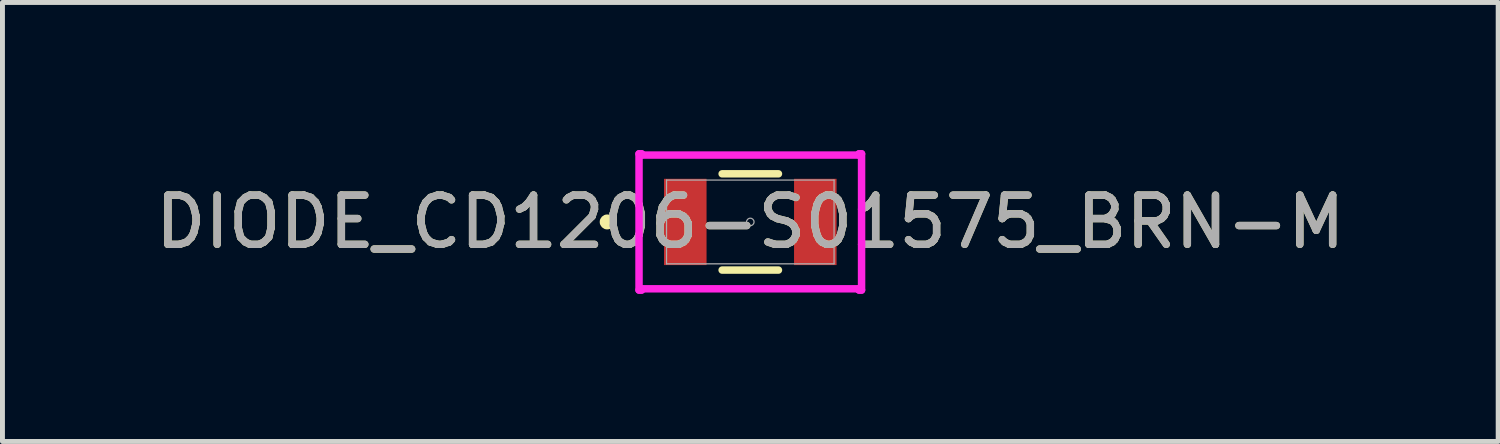
<source format=kicad_pcb>
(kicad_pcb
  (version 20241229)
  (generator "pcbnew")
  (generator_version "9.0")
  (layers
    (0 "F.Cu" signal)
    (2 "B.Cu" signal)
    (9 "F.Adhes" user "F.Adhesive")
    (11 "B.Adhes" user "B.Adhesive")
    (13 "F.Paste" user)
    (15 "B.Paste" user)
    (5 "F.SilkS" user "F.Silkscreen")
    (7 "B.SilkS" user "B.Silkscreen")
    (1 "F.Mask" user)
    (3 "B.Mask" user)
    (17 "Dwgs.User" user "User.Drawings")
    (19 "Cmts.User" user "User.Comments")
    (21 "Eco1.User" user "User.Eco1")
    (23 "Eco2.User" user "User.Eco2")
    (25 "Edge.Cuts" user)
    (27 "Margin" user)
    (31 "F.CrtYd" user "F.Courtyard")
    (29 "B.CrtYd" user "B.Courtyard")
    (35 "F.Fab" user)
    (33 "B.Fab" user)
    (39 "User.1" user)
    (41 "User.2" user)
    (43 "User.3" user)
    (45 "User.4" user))
  (footprint "DIODE_CD1206-S01575_BRN-M"
    (layer "F.Cu")
    (at 12.196 1.46)
    (property "Reference" "DIODE_CD1206-S01575_BRN-M" (at 0 0 0) (unlocked yes) (layer "F.SilkS") (effects (font (size 1 1) (thickness 0.15))))
    (attr smd)
    (fp_line (start -0.572 0.978) (end 0.572 0.978) (stroke (width 0.152) (type solid)) (layer "F.SilkS"))
    (fp_line (start 0.572 -0.978) (end -0.572 -0.978) (stroke (width 0.152) (type solid)) (layer "F.SilkS"))
    (fp_circle (center -2.908 0) (end -2.832 0) (stroke (width 0.152) (type solid)) (fill no) (layer "F.SilkS"))
    (fp_line (start -2.261 -1.384) (end -2.21 -1.384) (stroke (width 0.152) (type solid)) (layer "F.CrtYd"))
    (fp_line (start -2.261 1.384) (end -2.261 -1.384) (stroke (width 0.152) (type solid)) (layer "F.CrtYd"))
    (fp_line (start -2.261 1.384) (end -2.21 1.384) (stroke (width 0.152) (type solid)) (layer "F.CrtYd"))
    (fp_line (start -2.21 -1.384) (end -2.21 -1.359) (stroke (width 0.152) (type solid)) (layer "F.CrtYd"))
    (fp_line (start -2.21 -1.359) (end 2.21 -1.359) (stroke (width 0.152) (type solid)) (layer "F.CrtYd"))
    (fp_line (start -2.21 1.359) (end -2.21 1.384) (stroke (width 0.152) (type solid)) (layer "F.CrtYd"))
    (fp_line (start 2.21 -1.359) (end 2.21 -1.384) (stroke (width 0.152) (type solid)) (layer "F.CrtYd"))
    (fp_line (start 2.21 1.359) (end -2.21 1.359) (stroke (width 0.152) (type solid)) (layer "F.CrtYd"))
    (fp_line (start 2.21 1.384) (end 2.21 1.359) (stroke (width 0.152) (type solid)) (layer "F.CrtYd"))
    (fp_line (start 2.261 -1.384) (end 2.21 -1.384) (stroke (width 0.152) (type solid)) (layer "F.CrtYd"))
    (fp_line (start 2.261 -1.384) (end 2.261 1.384) (stroke (width 0.152) (type solid)) (layer "F.CrtYd"))
    (fp_line (start 2.261 1.384) (end 2.21 1.384) (stroke (width 0.152) (type solid)) (layer "F.CrtYd"))
    (fp_line (start -1.702 -0.851) (end -1.702 0.851) (stroke (width 0.025) (type solid)) (layer "F.Fab"))
    (fp_line (start -1.702 0.851) (end 1.702 0.851) (stroke (width 0.025) (type solid)) (layer "F.Fab"))
    (fp_line (start 1.702 -0.851) (end -1.702 -0.851) (stroke (width 0.025) (type solid)) (layer "F.Fab"))
    (fp_line (start 1.702 0.851) (end 1.702 -0.851) (stroke (width 0.025) (type solid)) (layer "F.Fab"))
    (fp_circle (center 0 0) (end 0.076 0) (stroke (width 0.025) (type solid)) (fill no) (layer "F.Fab"))
    (fp_text user "${REFERENCE}" (at 0 0 0) (unlocked yes) (layer "F.Fab") (effects (font (size 1 1) (thickness 0.15))))
    (pad "1" smd rect (at -1.321 0) (size 0.864 1.753) (layers "F.Cu" "F.Mask" "F.Paste"))
    (pad "2" smd rect (at 1.321 0) (size 0.864 1.753) (layers "F.Cu" "F.Mask" "F.Paste")))
  (gr_rect
    (start -3 -3)
    (end 27.393 5.921)
    (stroke (width 0.1) (type default))
    (fill no)
    (layer "Edge.Cuts")))
</source>
